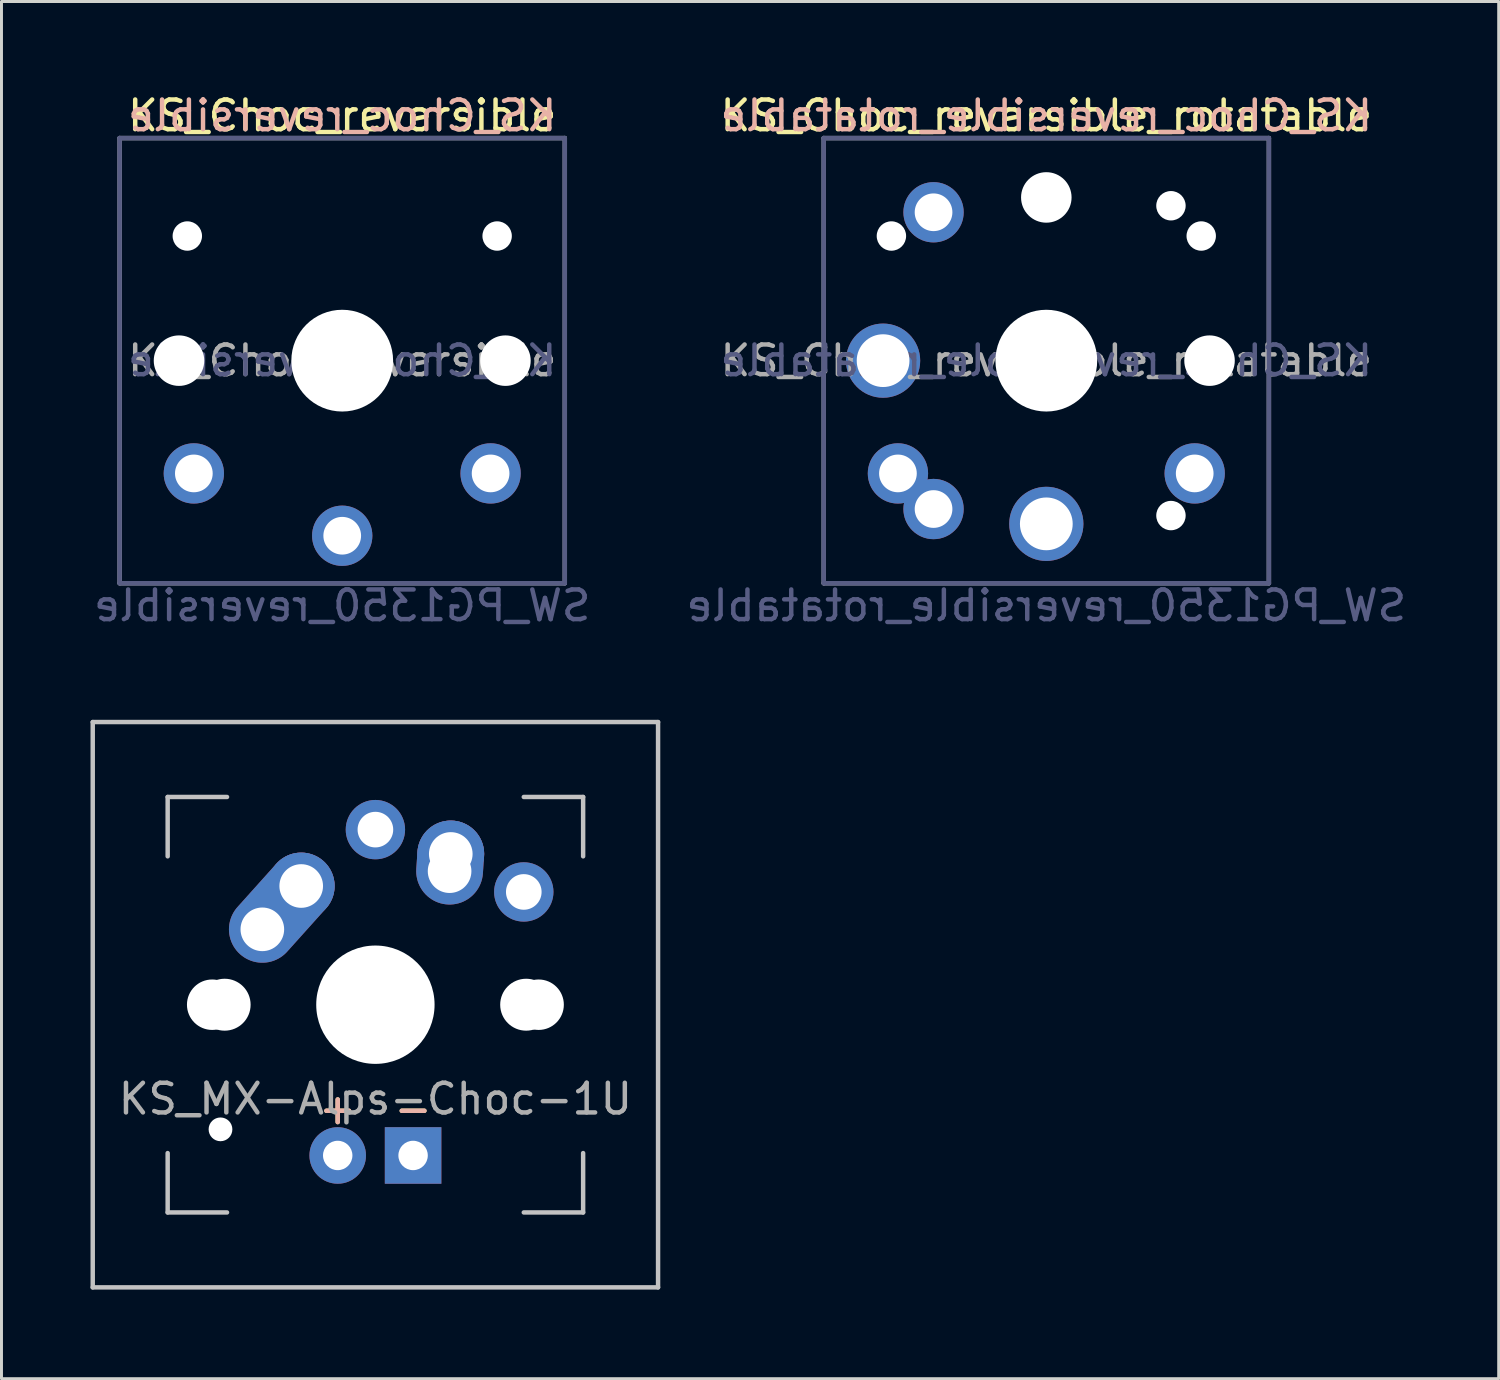
<source format=kicad_pcb>
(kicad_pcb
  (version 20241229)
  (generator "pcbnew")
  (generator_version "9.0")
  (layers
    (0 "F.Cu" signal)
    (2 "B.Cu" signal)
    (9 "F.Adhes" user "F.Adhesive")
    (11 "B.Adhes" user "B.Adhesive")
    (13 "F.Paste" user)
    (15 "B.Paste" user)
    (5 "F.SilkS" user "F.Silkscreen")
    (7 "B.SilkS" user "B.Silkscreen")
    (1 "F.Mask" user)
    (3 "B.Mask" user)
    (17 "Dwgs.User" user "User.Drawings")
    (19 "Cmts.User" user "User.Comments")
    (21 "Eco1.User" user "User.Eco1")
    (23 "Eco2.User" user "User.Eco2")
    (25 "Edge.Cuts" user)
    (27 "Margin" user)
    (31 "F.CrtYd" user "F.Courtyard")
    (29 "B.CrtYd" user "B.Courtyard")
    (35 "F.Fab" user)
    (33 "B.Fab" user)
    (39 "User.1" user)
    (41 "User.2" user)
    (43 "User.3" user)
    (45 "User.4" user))
  (footprint "KS_Choc_reversible"
    (layer "F.Cu")
    (at 8.482 9.103)
    (property "Reference" "KS_Choc_reversible" (at 0 -8.255 0) (layer "F.SilkS") (effects (font (size 1 1) (thickness 0.15))))
    (property "Value" "SW_PG1350_reversible" (at 0 8.255 0) (layer "F.Fab") (hide yes) (effects (font (size 1 1) (thickness 0.15))))
    (attr through_hole)
    (fp_line (start -6.9 6.9) (end -6.9 -6.9) (stroke (width 0.15) (type solid)) (layer "Eco2.User"))
    (fp_line (start -6.9 6.9) (end 6.9 6.9) (stroke (width 0.15) (type solid)) (layer "Eco2.User"))
    (fp_line (start -2.6 -3.1) (end -2.6 -6.3) (stroke (width 0.15) (type solid)) (layer "Eco2.User"))
    (fp_line (start -2.6 -3.1) (end 2.6 -3.1) (stroke (width 0.15) (type solid)) (layer "Eco2.User"))
    (fp_line (start 2.6 -6.3) (end -2.6 -6.3) (stroke (width 0.15) (type solid)) (layer "Eco2.User"))
    (fp_line (start 2.6 -3.1) (end 2.6 -6.3) (stroke (width 0.15) (type solid)) (layer "Eco2.User"))
    (fp_line (start 6.9 -6.9) (end -6.9 -6.9) (stroke (width 0.15) (type solid)) (layer "Eco2.User"))
    (fp_line (start 6.9 -6.9) (end 6.9 6.9) (stroke (width 0.15) (type solid)) (layer "Eco2.User"))
    (fp_line (start -7.5 -7.5) (end 7.5 -7.5) (stroke (width 0.15) (type solid)) (layer "B.Fab"))
    (fp_line (start -7.5 7.5) (end -7.5 -7.5) (stroke (width 0.15) (type solid)) (layer "B.Fab"))
    (fp_line (start 7.5 -7.5) (end 7.5 7.5) (stroke (width 0.15) (type solid)) (layer "B.Fab"))
    (fp_line (start 7.5 7.5) (end -7.5 7.5) (stroke (width 0.15) (type solid)) (layer "B.Fab"))
    (fp_line (start -7.5 -7.5) (end 7.5 -7.5) (stroke (width 0.15) (type solid)) (layer "F.Fab"))
    (fp_line (start -7.5 7.5) (end -7.5 -7.5) (stroke (width 0.15) (type solid)) (layer "F.Fab"))
    (fp_line (start 7.5 -7.5) (end 7.5 7.5) (stroke (width 0.15) (type solid)) (layer "F.Fab"))
    (fp_line (start 7.5 7.5) (end -7.5 7.5) (stroke (width 0.15) (type solid)) (layer "F.Fab"))
    (fp_text user "${REFERENCE}" (at 0 -8.255 0) (layer "B.SilkS") (effects (font (size 1 1) (thickness 0.15)) (justify mirror)))
    (fp_text user "${VALUE}" (at 0 8.255 0) (layer "B.Fab") (effects (font (size 1 1) (thickness 0.15)) (justify mirror)))
    (fp_text user "${REFERENCE}" (at 0 0 0) (layer "B.Fab") (effects (font (size 1 1) (thickness 0.15)) (justify mirror)))
    (fp_text user "${REFERENCE}" (at 0 0 0) (layer "F.Fab") (effects (font (size 1 1) (thickness 0.15))))
    (pad "" np_thru_hole circle (at -5.5 0) (size 1.702 1.702) (drill 1.702) (layers "*.Cu" "*.Mask"))
    (pad "" np_thru_hole circle (at -5.22 -4.2) (size 0.991 0.991) (drill 0.991) (layers "*.Cu" "*.Mask"))
    (pad "" np_thru_hole circle (at 0 0) (size 3.429 3.429) (drill 3.429) (layers "*.Cu" "*.Mask"))
    (pad "" np_thru_hole circle (at 5.22 -4.2) (size 0.991 0.991) (drill 0.991) (layers "*.Cu" "*.Mask"))
    (pad "" np_thru_hole circle (at 5.5 0) (size 1.702 1.702) (drill 1.702) (layers "*.Cu" "*.Mask"))
    (pad "1" thru_hole circle (at 0 5.9) (size 2.032 2.032) (drill 1.27) (layers "*.Cu" "*.Mask"))
    (pad "2" thru_hole circle (at -5 3.8) (size 2.032 2.032) (drill 1.27) (layers "*.Cu" "*.Mask"))
    (pad "2" thru_hole circle (at 5 3.8) (size 2.032 2.032) (drill 1.27) (layers "*.Cu" "*.Mask")))
  (footprint "KS_MX-Alps-Choc-1U"
    (layer "F.Cu")
    (at 9.6 30.806)
    (property "Reference" "KS_MX-Alps-Choc-1U" (at 0 3.175 0) (layer "F.Fab") (effects (font (size 1 1) (thickness 0.15))))
    (attr through_hole)
    (fp_line (start -9.525 -9.525) (end 9.525 -9.525) (stroke (width 0.15) (type solid)) (layer "Dwgs.User"))
    (fp_line (start -9.525 9.525) (end -9.525 -9.525) (stroke (width 0.15) (type solid)) (layer "Dwgs.User"))
    (fp_line (start -7 -7) (end -7 -5) (stroke (width 0.15) (type solid)) (layer "Dwgs.User"))
    (fp_line (start -7 5) (end -7 7) (stroke (width 0.15) (type solid)) (layer "Dwgs.User"))
    (fp_line (start -7 7) (end -5 7) (stroke (width 0.15) (type solid)) (layer "Dwgs.User"))
    (fp_line (start -5 -7) (end -7 -7) (stroke (width 0.15) (type solid)) (layer "Dwgs.User"))
    (fp_line (start 5 -7) (end 7 -7) (stroke (width 0.15) (type solid)) (layer "Dwgs.User"))
    (fp_line (start 5 7) (end 7 7) (stroke (width 0.15) (type solid)) (layer "Dwgs.User"))
    (fp_line (start 7 -7) (end 7 -5) (stroke (width 0.15) (type solid)) (layer "Dwgs.User"))
    (fp_line (start 7 7) (end 7 5) (stroke (width 0.15) (type solid)) (layer "Dwgs.User"))
    (fp_line (start 9.525 -9.525) (end 9.525 9.525) (stroke (width 0.15) (type solid)) (layer "Dwgs.User"))
    (fp_line (start 9.525 9.525) (end -9.525 9.525) (stroke (width 0.15) (type solid)) (layer "Dwgs.User"))
    (fp_text user "+" (at -1.27 3.5 0) (layer "F.SilkS") (effects (font (size 1 1) (thickness 0.15))))
    (fp_text user "-" (at 1.27 3.5 0) (layer "F.SilkS") (effects (font (size 1 1) (thickness 0.15))))
    (fp_text user "-" (at 1.27 3.5 0) (layer "B.SilkS") (effects (font (size 1 1) (thickness 0.15))))
    (fp_text user "+" (at -1.27 3.5 0) (layer "B.SilkS") (effects (font (size 1 1) (thickness 0.15))))
    (pad "" np_thru_hole circle (at -5.5 0 48.1) (size 1.7 1.7) (drill 1.7) (layers "*.Cu" "*.Mask"))
    (pad "" np_thru_hole circle (at -5.22 4.2 48.1) (size 0.8 0.8) (drill 0.8) (layers "*.Cu" "*.Mask"))
    (pad "" np_thru_hole circle (at -5.08 0 48.1) (size 1.75 1.75) (drill 1.75) (layers "*.Cu" "*.Mask"))
    (pad "" np_thru_hole circle (at 0 0) (size 3.988 3.988) (drill 3.988) (layers "*.Cu" "*.Mask"))
    (pad "" np_thru_hole circle (at 5.08 0 48.1) (size 1.75 1.75) (drill 1.75) (layers "*.Cu" "*.Mask"))
    (pad "" np_thru_hole circle (at 5.5 0 48.1) (size 1.7 1.7) (drill 1.7) (layers "*.Cu" "*.Mask"))
    (pad "1" thru_hole oval (at -3.81 -2.54 48.1) (size 4.212 2.25) (drill 1.47 (offset 0.981 0)) (layers "*.Cu" "*.Mask"))
    (pad "1" thru_hole circle (at -2.5 -4) (size 2.25 2.25) (drill 1.47) (layers "*.Cu" "*.Mask"))
    (pad "1" thru_hole circle (at 0 -5.9) (size 2 2) (drill 1.2) (layers "*.Cu" "*.Mask"))
    (pad "2" thru_hole oval (at 2.5 -4.5 86.1) (size 2.831 2.25) (drill 1.47 (offset 0.291 0)) (layers "*.Cu" "*.Mask"))
    (pad "2" thru_hole circle (at 2.54 -5.08) (size 2.25 2.25) (drill 1.47) (layers "*.Cu" "*.Mask"))
    (pad "2" thru_hole circle (at 5 -3.8) (size 2 2) (drill 1.2) (layers "*.Cu" "*.Mask"))
    (pad "3" thru_hole circle (at -1.27 5.08) (size 1.905 1.905) (drill 0.991) (layers "*.Cu" "*.Mask"))
    (pad "4" thru_hole rect (at 1.27 5.08) (size 1.905 1.905) (drill 0.991) (layers "*.Cu" "*.Mask")))
  (footprint "KS_Choc_reversible_rotatable"
    (layer "F.Cu")
    (at 32.208 9.103)
    (property "Reference" "KS_Choc_reversible_rotatable" (at 0 -8.255 0) (layer "F.SilkS") (effects (font (size 1 1) (thickness 0.15))))
    (property "Value" "SW_PG1350_reversible_rotatable" (at 0 8.255 0) (layer "F.Fab") (hide yes) (effects (font (size 1 1) (thickness 0.15))))
    (attr through_hole)
    (fp_line (start -6.9 6.9) (end -6.9 -6.9) (stroke (width 0.15) (type solid)) (layer "Eco2.User"))
    (fp_line (start -6.9 6.9) (end 6.9 6.9) (stroke (width 0.15) (type solid)) (layer "Eco2.User"))
    (fp_line (start -2.6 -3.1) (end -2.6 -6.3) (stroke (width 0.15) (type solid)) (layer "Eco2.User"))
    (fp_line (start -2.6 -3.1) (end 2.6 -3.1) (stroke (width 0.15) (type solid)) (layer "Eco2.User"))
    (fp_line (start 2.6 -6.3) (end -2.6 -6.3) (stroke (width 0.15) (type solid)) (layer "Eco2.User"))
    (fp_line (start 2.6 -3.1) (end 2.6 -6.3) (stroke (width 0.15) (type solid)) (layer "Eco2.User"))
    (fp_line (start 6.9 -6.9) (end -6.9 -6.9) (stroke (width 0.15) (type solid)) (layer "Eco2.User"))
    (fp_line (start 6.9 -6.9) (end 6.9 6.9) (stroke (width 0.15) (type solid)) (layer "Eco2.User"))
    (fp_line (start -7.5 -7.5) (end 7.5 -7.5) (stroke (width 0.15) (type solid)) (layer "B.Fab"))
    (fp_line (start -7.5 7.5) (end -7.5 -7.5) (stroke (width 0.15) (type solid)) (layer "B.Fab"))
    (fp_line (start 7.5 -7.5) (end 7.5 7.5) (stroke (width 0.15) (type solid)) (layer "B.Fab"))
    (fp_line (start 7.5 7.5) (end -7.5 7.5) (stroke (width 0.15) (type solid)) (layer "B.Fab"))
    (fp_line (start -7.5 -7.5) (end 7.5 -7.5) (stroke (width 0.15) (type solid)) (layer "F.Fab"))
    (fp_line (start -7.5 7.5) (end -7.5 -7.5) (stroke (width 0.15) (type solid)) (layer "F.Fab"))
    (fp_line (start 7.5 -7.5) (end 7.5 7.5) (stroke (width 0.15) (type solid)) (layer "F.Fab"))
    (fp_line (start 7.5 7.5) (end -7.5 7.5) (stroke (width 0.15) (type solid)) (layer "F.Fab"))
    (fp_text user "${REFERENCE}" (at 0 -8.255 0) (layer "B.SilkS") (effects (font (size 1 1) (thickness 0.15)) (justify mirror)))
    (fp_text user "${REFERENCE}" (at 0 0 0) (layer "B.Fab") (effects (font (size 1 1) (thickness 0.15)) (justify mirror)))
    (fp_text user "${VALUE}" (at 0 8.255 0) (layer "B.Fab") (effects (font (size 1 1) (thickness 0.15)) (justify mirror)))
    (fp_text user "${REFERENCE}" (at 0 0 0) (layer "F.Fab") (effects (font (size 1 1) (thickness 0.15))))
    (pad "" np_thru_hole circle (at -5.22 -4.2) (size 0.991 0.991) (drill 0.991) (layers "*.Cu" "*.Mask"))
    (pad "" np_thru_hole circle (at 0 -5.5) (size 1.702 1.702) (drill 1.702) (layers "*.Cu" "*.Mask"))
    (pad "" np_thru_hole circle (at 0 0) (size 3.429 3.429) (drill 3.429) (layers "*.Cu" "*.Mask"))
    (pad "" np_thru_hole circle (at 4.2 -5.22) (size 0.991 0.991) (drill 0.991) (layers "*.Cu" "*.Mask"))
    (pad "" np_thru_hole circle (at 4.2 5.22) (size 0.991 0.991) (drill 0.991) (layers "*.Cu" "*.Mask"))
    (pad "" np_thru_hole circle (at 5.22 -4.2) (size 0.991 0.991) (drill 0.991) (layers "*.Cu" "*.Mask"))
    (pad "" np_thru_hole circle (at 5.5 0) (size 1.702 1.702) (drill 1.702) (layers "*.Cu" "*.Mask"))
    (pad "1" thru_hole circle (at -5.5 0) (size 2.5 2.5) (drill 1.778) (layers "*.Cu" "*.Mask"))
    (pad "1" thru_hole circle (at 0 5.5) (size 2.5 2.5) (drill 1.778) (layers "*.Cu" "*.Mask"))
    (pad "2" thru_hole circle (at -5 3.8) (size 2.032 2.032) (drill 1.27) (layers "*.Cu" "*.Mask"))
    (pad "2" thru_hole circle (at -3.8 -5) (size 2.032 2.032) (drill 1.27) (layers "*.Cu" "*.Mask"))
    (pad "2" thru_hole circle (at -3.8 5) (size 2.032 2.032) (drill 1.27) (layers "*.Cu" "*.Mask"))
    (pad "2" thru_hole circle (at 5 3.8) (size 2.032 2.032) (drill 1.27) (layers "*.Cu" "*.Mask")))
  (gr_rect
    (start -3 -3)
    (end 47.452 43.407)
    (stroke (width 0.1) (type default))
    (fill no)
    (layer "Edge.Cuts")))
</source>
